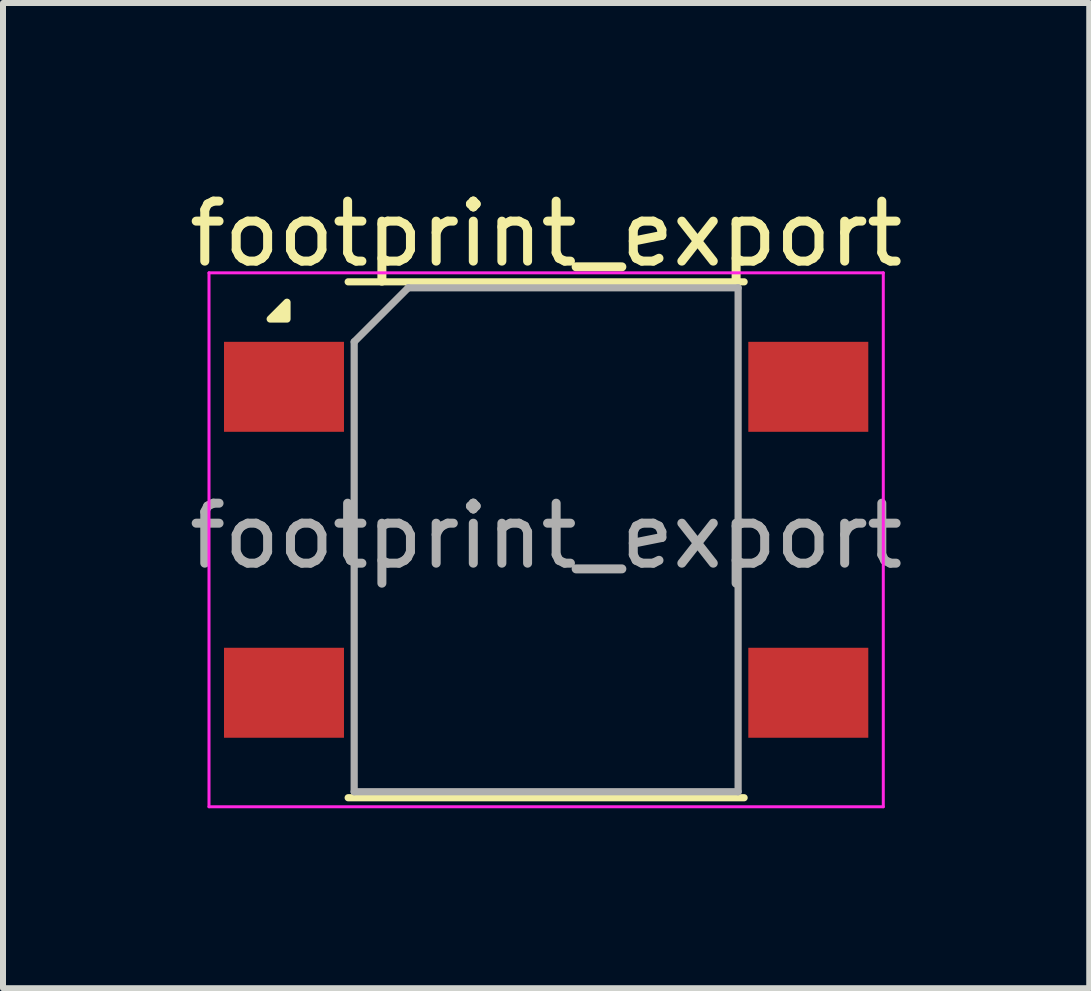
<source format=kicad_pcb>
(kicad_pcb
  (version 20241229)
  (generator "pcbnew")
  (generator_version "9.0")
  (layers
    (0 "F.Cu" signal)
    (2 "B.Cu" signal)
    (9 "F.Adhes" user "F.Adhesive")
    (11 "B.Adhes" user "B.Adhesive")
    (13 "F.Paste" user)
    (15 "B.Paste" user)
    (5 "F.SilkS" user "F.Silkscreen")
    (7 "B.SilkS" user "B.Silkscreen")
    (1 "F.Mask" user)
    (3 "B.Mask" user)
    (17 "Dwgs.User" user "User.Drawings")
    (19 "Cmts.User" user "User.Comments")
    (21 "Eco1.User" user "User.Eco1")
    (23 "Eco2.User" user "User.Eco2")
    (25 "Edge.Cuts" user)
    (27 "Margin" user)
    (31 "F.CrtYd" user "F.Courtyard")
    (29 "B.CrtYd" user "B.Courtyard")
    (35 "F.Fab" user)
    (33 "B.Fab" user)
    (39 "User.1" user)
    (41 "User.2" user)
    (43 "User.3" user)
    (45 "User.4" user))
  (footprint "footprint_export"
    (layer "F.Cu")
    (at 6.054 5.948)
    (property "Reference" "footprint_export" (at 0 -5.1 0) (layer "F.SilkS") (effects (font (size 1 1) (thickness 0.15))))
    (attr smd)
    (fp_line (start -3.3 -4.3) (end 3.3 -4.3) (stroke (width 0.12) (type solid)) (layer "F.SilkS"))
    (fp_line (start -3.3 4.3) (end 3.3 4.3) (stroke (width 0.12) (type solid)) (layer "F.SilkS"))
    (fp_poly (pts (xy -4.32 -3.68) (xy -4.6 -3.68) (xy -4.32 -3.96) (xy -4.32 -3.68)) (stroke (width 0.12) (type solid)) (fill yes) (layer "F.SilkS"))
    (fp_line (start -5.62 -4.45) (end -5.62 4.45) (stroke (width 0.05) (type solid)) (layer "F.CrtYd"))
    (fp_line (start -5.62 -4.45) (end 5.62 -4.45) (stroke (width 0.05) (type solid)) (layer "F.CrtYd"))
    (fp_line (start 5.62 4.45) (end -5.62 4.45) (stroke (width 0.05) (type solid)) (layer "F.CrtYd"))
    (fp_line (start 5.62 4.45) (end 5.62 -4.45) (stroke (width 0.05) (type solid)) (layer "F.CrtYd"))
    (fp_line (start -3.2 -3.3) (end -2.3 -4.2) (stroke (width 0.12) (type solid)) (layer "F.Fab"))
    (fp_line (start -3.2 4.2) (end -3.2 -3.3) (stroke (width 0.12) (type solid)) (layer "F.Fab"))
    (fp_line (start -2.3 -4.2) (end 3.2 -4.2) (stroke (width 0.12) (type solid)) (layer "F.Fab"))
    (fp_line (start 3.2 -4.2) (end 3.2 4.2) (stroke (width 0.12) (type solid)) (layer "F.Fab"))
    (fp_line (start 3.2 4.2) (end -3.2 4.2) (stroke (width 0.12) (type solid)) (layer "F.Fab"))
    (fp_text user "${REFERENCE}" (at 0 -0.065 0) (layer "F.Fab") (effects (font (size 1 1) (thickness 0.15))))
    (pad "1" smd rect (at -4.37 -2.55) (size 2 1.5) (layers "F.Cu" "F.Mask" "F.Paste"))
    (pad "2" smd rect (at -4.37 2.55) (size 2 1.5) (layers "F.Cu" "F.Mask" "F.Paste"))
    (pad "3" smd rect (at 4.37 2.55) (size 2 1.5) (layers "F.Cu" "F.Mask" "F.Paste"))
    (pad "4" smd rect (at 4.37 -2.55) (size 2 1.5) (layers "F.Cu" "F.Mask" "F.Paste")))
  (gr_rect
    (start -3 -3)
    (end 15.107 13.423)
    (stroke (width 0.1) (type default))
    (fill no)
    (layer "Edge.Cuts")))
</source>
